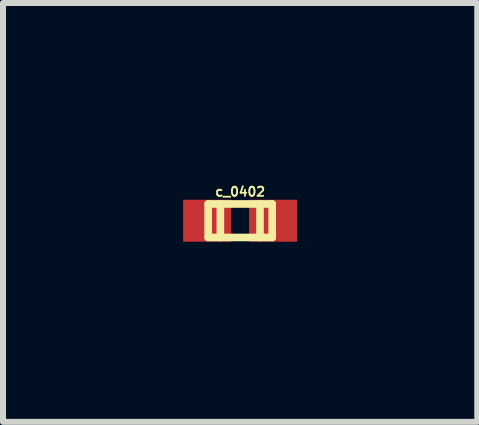
<source format=kicad_pcb>
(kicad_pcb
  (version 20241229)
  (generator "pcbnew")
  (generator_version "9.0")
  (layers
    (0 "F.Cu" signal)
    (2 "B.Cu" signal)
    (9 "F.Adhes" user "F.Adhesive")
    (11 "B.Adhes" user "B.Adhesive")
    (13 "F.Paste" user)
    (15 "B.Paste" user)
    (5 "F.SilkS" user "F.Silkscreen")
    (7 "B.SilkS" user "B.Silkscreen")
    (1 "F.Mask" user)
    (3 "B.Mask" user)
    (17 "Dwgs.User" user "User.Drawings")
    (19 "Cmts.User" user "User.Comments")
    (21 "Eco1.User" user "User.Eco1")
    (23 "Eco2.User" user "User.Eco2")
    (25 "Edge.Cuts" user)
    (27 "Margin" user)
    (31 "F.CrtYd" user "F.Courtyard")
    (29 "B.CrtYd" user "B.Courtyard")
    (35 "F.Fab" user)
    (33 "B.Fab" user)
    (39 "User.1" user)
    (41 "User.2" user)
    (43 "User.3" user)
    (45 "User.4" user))
  (footprint "c_0402"
    (layer "F.Cu")
    (at 0.949 0.625)
    (property "Reference" "c_0402" (at 0 -0.483 0) (layer "F.SilkS") (effects (font (size 0.152 0.152) (thickness 0.03))))
    (attr through_hole)
    (fp_line (start -0.533 -0.279) (end -0.533 0.279) (stroke (width 0.127) (type solid)) (layer "F.SilkS"))
    (fp_line (start -0.533 0.279) (end 0.533 0.279) (stroke (width 0.127) (type solid)) (layer "F.SilkS"))
    (fp_line (start -0.33 -0.279) (end -0.33 0.279) (stroke (width 0.127) (type solid)) (layer "F.SilkS"))
    (fp_line (start 0.33 -0.279) (end 0.33 0.279) (stroke (width 0.127) (type solid)) (layer "F.SilkS"))
    (fp_line (start 0.533 -0.279) (end -0.533 -0.279) (stroke (width 0.127) (type solid)) (layer "F.SilkS"))
    (fp_line (start 0.533 0.279) (end 0.533 -0.279) (stroke (width 0.127) (type solid)) (layer "F.SilkS"))
    (pad "1" smd rect (at 0.549 0) (size 0.8 0.699) (layers "F.Cu" "F.Mask" "F.Paste"))
    (pad "2" smd rect (at -0.549 0) (size 0.8 0.699) (layers "F.Cu" "F.Mask" "F.Paste")))
  (gr_rect
    (start -3 -3)
    (end 4.897 3.974)
    (stroke (width 0.1) (type default))
    (fill no)
    (layer "Edge.Cuts")))
</source>
